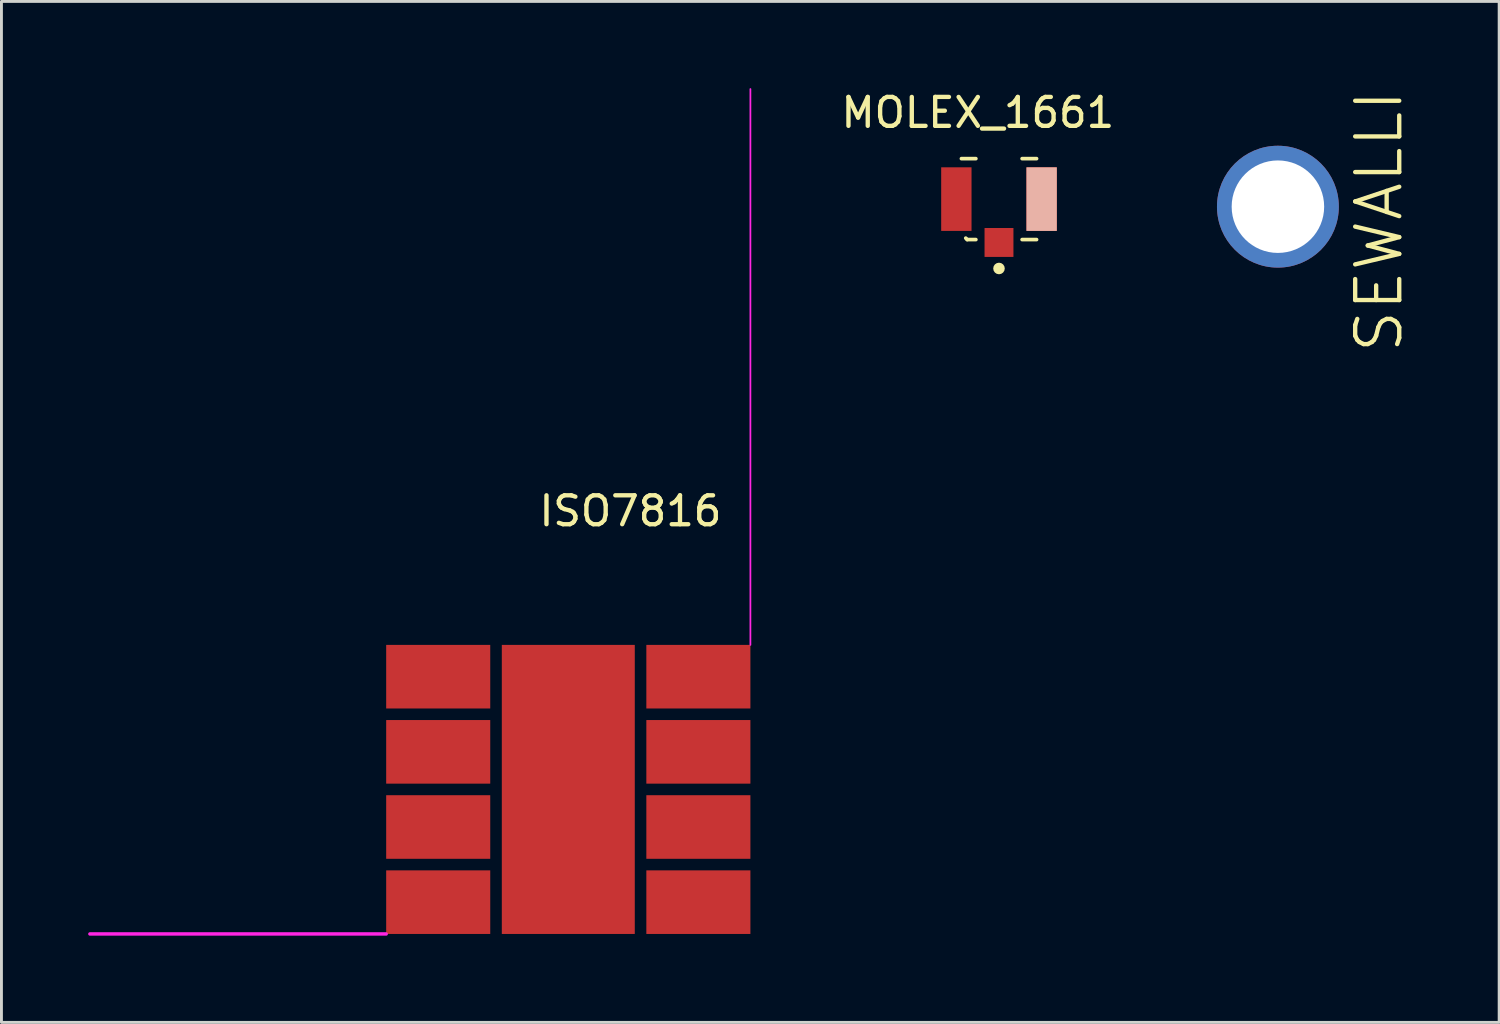
<source format=kicad_pcb>
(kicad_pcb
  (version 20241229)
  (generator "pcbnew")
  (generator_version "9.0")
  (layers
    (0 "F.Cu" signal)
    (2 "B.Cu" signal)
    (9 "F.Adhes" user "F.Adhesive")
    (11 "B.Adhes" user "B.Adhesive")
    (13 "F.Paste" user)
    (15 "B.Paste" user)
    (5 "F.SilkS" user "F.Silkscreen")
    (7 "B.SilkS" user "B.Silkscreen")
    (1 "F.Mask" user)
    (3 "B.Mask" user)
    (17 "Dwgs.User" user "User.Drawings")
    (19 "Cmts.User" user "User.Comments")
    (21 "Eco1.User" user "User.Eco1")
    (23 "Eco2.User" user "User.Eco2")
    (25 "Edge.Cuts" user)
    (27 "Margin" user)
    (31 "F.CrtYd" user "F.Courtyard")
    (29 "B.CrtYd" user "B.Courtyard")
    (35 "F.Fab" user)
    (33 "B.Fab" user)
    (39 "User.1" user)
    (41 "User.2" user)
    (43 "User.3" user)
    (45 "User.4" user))
  (footprint "MOLEX_1661"
    (layer "F.Cu")
    (at 31.51 3.838)
    (property "Reference" "MOLEX_1661" (at -0.731 -2.99 0) (layer "F.SilkS") (effects (font (size 1 1) (thickness 0.15))))
    (attr smd)
    (fp_line (start -1.3 -1.4) (end -0.8 -1.4) (stroke (width 0.127) (type solid)) (layer "F.SilkS"))
    (fp_line (start -1.1 1.4) (end -1.15 1.35) (stroke (width 0.127) (type solid)) (layer "F.SilkS"))
    (fp_line (start -1.1 1.4) (end -0.8 1.4) (stroke (width 0.127) (type solid)) (layer "F.SilkS"))
    (fp_line (start 1.3 -1.4) (end 0.8 -1.4) (stroke (width 0.127) (type solid)) (layer "F.SilkS"))
    (fp_line (start 1.3 1.4) (end 0.8 1.4) (stroke (width 0.127) (type solid)) (layer "F.SilkS"))
    (fp_circle (center 0 2.4) (end 0.1 2.4) (stroke (width 0.2) (type solid)) (fill no) (layer "F.SilkS"))
    (pad "1" smd rect (at 0 1.5) (size 1 1) (layers "F.Cu" "F.Mask" "F.Paste"))
    (pad "2" smd rect (at -1.475 0) (size 1.05 2.2) (layers "F.Cu" "F.Mask" "F.Paste"))
    (pad "2" smd rect (at 1.475 0) (size 1.05 2.2) (layers "F.Cu" "F.Mask" "B.SilkS" "F.Paste")))
  (footprint "ISO7816"
    (layer "F.Cu")
    (at 16.61 24.26)
    (property "Reference" "ISO7816" (at 2.15 -9.63 0) (layer "F.SilkS") (effects (font (size 1 1) (thickness 0.15))))
    (attr through_hole)
    (fp_line (start -6.3 5) (end -16.55 5) (stroke (width 0.12) (type solid)) (layer "F.CrtYd"))
    (fp_line (start 6.3 -5) (end 6.3 -24.23) (stroke (width 0.06) (type solid)) (layer "F.CrtYd"))
    (pad "C1" smd rect (at -4.5 -3.9) (size 3.6 2.2) (layers "F.Cu" "F.Mask" "F.Paste"))
    (pad "C2" smd rect (at -4.5 -1.3) (size 3.6 2.2) (layers "F.Cu" "F.Mask" "F.Paste"))
    (pad "C3" smd rect (at -4.5 1.3) (size 3.6 2.2) (layers "F.Cu" "F.Mask" "F.Paste"))
    (pad "C4" smd rect (at -4.5 3.9) (size 3.6 2.2) (layers "F.Cu" "F.Mask" "F.Paste"))
    (pad "C5" smd rect (at 0 0) (size 4.6 10) (layers "F.Cu" "F.Mask" "F.Paste"))
    (pad "C5" smd rect (at 4.5 -3.9) (size 3.6 2.2) (layers "F.Cu" "F.Mask" "F.Paste"))
    (pad "C6" smd rect (at 4.5 -1.3) (size 3.6 2.2) (layers "F.Cu" "F.Mask" "F.Paste"))
    (pad "C7" smd rect (at 4.5 1.3) (size 3.6 2.2) (layers "F.Cu" "F.Mask" "F.Paste"))
    (pad "C8" smd rect (at 4.5 3.9) (size 3.6 2.2) (layers "F.Cu" "F.Mask" "F.Paste")))
  (footprint "SEWALLI"
    (layer "F.Cu")
    (at 41.159 4.608)
    (property "Reference" "SEWALLI" (at 3.5 0 90) (layer "F.SilkS") (effects (font (size 1.524 1.524) (thickness 0.15))))
    (attr through_hole)
    (fp_poly (pts (xy 2.54 -2.413) (xy -2.54 -2.413) (xy -2.54 -0.889) (xy 0 1.651) (xy 2.54 -0.889)) (stroke (width 0) (type solid)) (fill yes) (layer "F.Mask"))
    (fp_poly (pts (xy 2.54 -2.413) (xy -2.54 -2.413) (xy -2.54 -0.889) (xy 0 1.651) (xy 2.54 -0.889)) (stroke (width 0) (type solid)) (fill yes) (layer "B.Mask"))
    (pad "1" thru_hole circle (at 0 -0.508) (size 4.216 4.216) (drill 3.2) (layers "*.Cu" "*.Mask")))
  (gr_rect
    (start -3 -3)
    (end 48.813 32.32)
    (stroke (width 0.1) (type default))
    (fill no)
    (layer "Edge.Cuts")))
</source>
